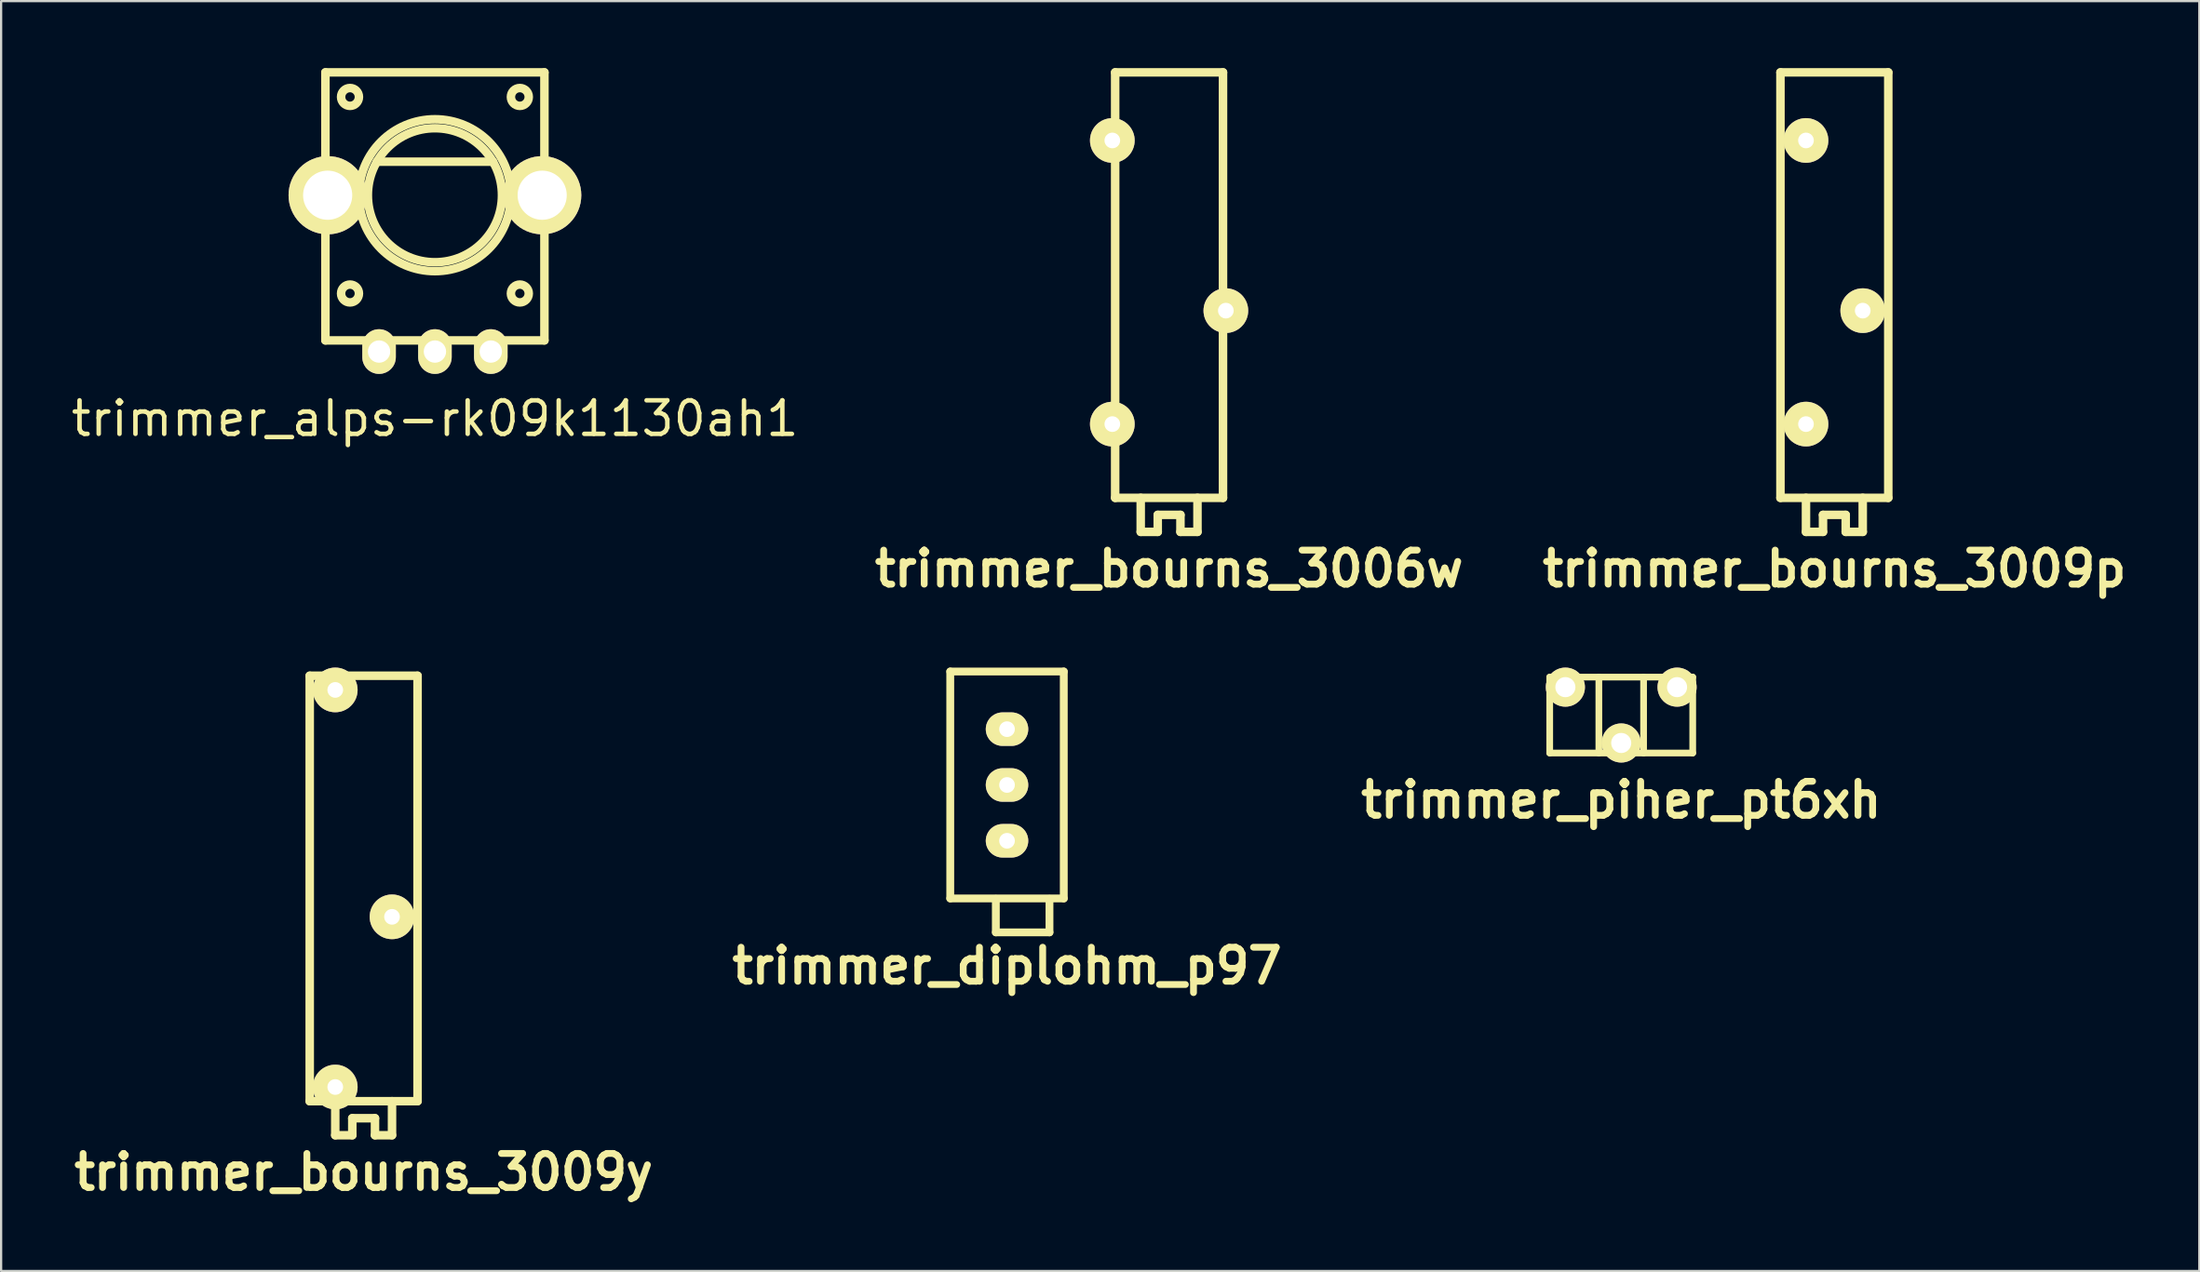
<source format=kicad_pcb>
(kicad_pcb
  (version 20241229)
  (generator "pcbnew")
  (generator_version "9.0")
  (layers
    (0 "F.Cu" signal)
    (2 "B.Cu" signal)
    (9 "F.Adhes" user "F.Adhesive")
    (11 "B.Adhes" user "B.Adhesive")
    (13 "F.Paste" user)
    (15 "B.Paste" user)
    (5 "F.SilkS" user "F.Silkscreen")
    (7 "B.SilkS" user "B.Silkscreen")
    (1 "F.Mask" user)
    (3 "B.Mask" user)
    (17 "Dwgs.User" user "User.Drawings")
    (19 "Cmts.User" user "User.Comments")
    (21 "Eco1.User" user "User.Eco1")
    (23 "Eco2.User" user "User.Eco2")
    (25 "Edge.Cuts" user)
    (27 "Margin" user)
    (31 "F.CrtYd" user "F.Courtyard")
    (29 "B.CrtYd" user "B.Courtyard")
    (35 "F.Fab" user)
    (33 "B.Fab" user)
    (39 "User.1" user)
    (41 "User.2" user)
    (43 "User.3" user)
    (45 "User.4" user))
  (footprint "trimmer_bourns_3009p"
    (layer "F.Cu")
    (at 79.038 9.716)
    (property "Reference" "trimmer_bourns_3009p" (at 0 12.7 0) (layer "F.SilkS") (effects (font (size 1.524 1.524) (thickness 0.305))))
    (attr through_hole)
    (fp_line (start -2.413 9.525) (end -2.413 -9.525) (stroke (width 0.381) (type solid)) (layer "F.SilkS"))
    (fp_line (start -1.27 9.525) (end -1.27 11.049) (stroke (width 0.381) (type solid)) (layer "F.SilkS"))
    (fp_line (start -0.508 10.287) (end 0.508 10.287) (stroke (width 0.381) (type solid)) (layer "F.SilkS"))
    (fp_line (start -0.508 11.049) (end -1.27 11.049) (stroke (width 0.381) (type solid)) (layer "F.SilkS"))
    (fp_line (start -0.508 11.049) (end -0.508 10.287) (stroke (width 0.381) (type solid)) (layer "F.SilkS"))
    (fp_line (start 0.508 10.287) (end 0.508 11.049) (stroke (width 0.381) (type solid)) (layer "F.SilkS"))
    (fp_line (start 0.508 11.049) (end 1.27 11.049) (stroke (width 0.381) (type solid)) (layer "F.SilkS"))
    (fp_line (start 1.27 11.049) (end 1.27 9.525) (stroke (width 0.381) (type solid)) (layer "F.SilkS"))
    (fp_line (start 2.413 -9.525) (end -2.413 -9.525) (stroke (width 0.381) (type solid)) (layer "F.SilkS"))
    (fp_line (start 2.413 -9.525) (end 2.413 9.525) (stroke (width 0.381) (type solid)) (layer "F.SilkS"))
    (fp_line (start 2.413 9.525) (end -2.413 9.525) (stroke (width 0.381) (type solid)) (layer "F.SilkS"))
    (pad "1" thru_hole oval (at -1.27 -6.477) (size 1.999 1.999) (drill 0.701) (layers "*.Cu" "*.Mask" "F.SilkS"))
    (pad "2" thru_hole oval (at 1.27 1.143) (size 1.999 1.999) (drill 0.701) (layers "*.Cu" "*.Mask" "F.SilkS"))
    (pad "3" thru_hole oval (at -1.27 6.223) (size 1.999 1.999) (drill 0.701) (layers "*.Cu" "*.Mask" "F.SilkS")))
  (footprint "trimmer_piher_pt6xh"
    (layer "F.Cu")
    (at 69.5 28.967)
    (property "Reference" "trimmer_piher_pt6xh" (at 0 3.8 0) (layer "F.SilkS") (effects (font (size 1.524 1.524) (thickness 0.305))))
    (attr through_hole)
    (fp_line (start -3.2 -1.699) (end 3.2 -1.699) (stroke (width 0.3) (type solid)) (layer "F.SilkS"))
    (fp_line (start -3.2 1.699) (end -3.2 -1.699) (stroke (width 0.3) (type solid)) (layer "F.SilkS"))
    (fp_line (start -1.001 -1.699) (end -1.001 1.699) (stroke (width 0.3) (type solid)) (layer "F.SilkS"))
    (fp_line (start 1.001 -1.699) (end 1.001 1.699) (stroke (width 0.3) (type solid)) (layer "F.SilkS"))
    (fp_line (start 3.2 -1.699) (end 3.2 1.699) (stroke (width 0.3) (type solid)) (layer "F.SilkS"))
    (fp_line (start 3.2 1.699) (end -3.2 1.699) (stroke (width 0.3) (type solid)) (layer "F.SilkS"))
    (pad "1" thru_hole circle (at 2.499 -1.25) (size 1.75 1.75) (drill 0.899) (layers "*.Cu" "*.Mask" "F.SilkS"))
    (pad "2" thru_hole circle (at 0 1.25) (size 1.75 1.75) (drill 0.899) (layers "*.Cu" "*.Mask" "F.SilkS"))
    (pad "3" thru_hole circle (at -2.499 -1.25) (size 1.75 1.75) (drill 0.899) (layers "*.Cu" "*.Mask" "F.SilkS")))
  (footprint "trimmer_bourns_3009y"
    (layer "F.Cu")
    (at 13.223 36.731)
    (property "Reference" "trimmer_bourns_3009y" (at 0 12.7 0) (layer "F.SilkS") (effects (font (size 1.524 1.524) (thickness 0.305))))
    (attr through_hole)
    (fp_line (start -2.413 9.525) (end -2.413 -9.525) (stroke (width 0.381) (type solid)) (layer "F.SilkS"))
    (fp_line (start -1.27 9.525) (end -1.27 11.049) (stroke (width 0.381) (type solid)) (layer "F.SilkS"))
    (fp_line (start -0.508 10.287) (end 0.508 10.287) (stroke (width 0.381) (type solid)) (layer "F.SilkS"))
    (fp_line (start -0.508 11.049) (end -1.27 11.049) (stroke (width 0.381) (type solid)) (layer "F.SilkS"))
    (fp_line (start -0.508 11.049) (end -0.508 10.287) (stroke (width 0.381) (type solid)) (layer "F.SilkS"))
    (fp_line (start 0.508 10.287) (end 0.508 11.049) (stroke (width 0.381) (type solid)) (layer "F.SilkS"))
    (fp_line (start 0.508 11.049) (end 1.27 11.049) (stroke (width 0.381) (type solid)) (layer "F.SilkS"))
    (fp_line (start 1.27 11.049) (end 1.27 9.525) (stroke (width 0.381) (type solid)) (layer "F.SilkS"))
    (fp_line (start 2.413 -9.525) (end -2.413 -9.525) (stroke (width 0.381) (type solid)) (layer "F.SilkS"))
    (fp_line (start 2.413 -9.525) (end 2.413 9.525) (stroke (width 0.381) (type solid)) (layer "F.SilkS"))
    (fp_line (start 2.413 9.525) (end -2.413 9.525) (stroke (width 0.381) (type solid)) (layer "F.SilkS"))
    (pad "1" thru_hole oval (at -1.27 -8.89) (size 1.999 1.999) (drill 0.701) (layers "*.Cu" "*.Mask" "F.SilkS"))
    (pad "2" thru_hole oval (at 1.27 1.27) (size 1.999 1.999) (drill 0.701) (layers "*.Cu" "*.Mask" "F.SilkS"))
    (pad "3" thru_hole oval (at -1.27 8.89) (size 1.999 1.999) (drill 0.701) (layers "*.Cu" "*.Mask" "F.SilkS")))
  (footprint "trimmer_bourns_3006w"
    (layer "F.Cu")
    (at 49.267 9.716)
    (property "Reference" "trimmer_bourns_3006w" (at 0 12.7 0) (layer "F.SilkS") (effects (font (size 1.524 1.524) (thickness 0.305))))
    (attr through_hole)
    (fp_line (start -2.413 9.525) (end -2.413 -9.525) (stroke (width 0.381) (type solid)) (layer "F.SilkS"))
    (fp_line (start -1.27 9.525) (end -1.27 11.049) (stroke (width 0.381) (type solid)) (layer "F.SilkS"))
    (fp_line (start -0.508 10.287) (end 0.508 10.287) (stroke (width 0.381) (type solid)) (layer "F.SilkS"))
    (fp_line (start -0.508 11.049) (end -1.27 11.049) (stroke (width 0.381) (type solid)) (layer "F.SilkS"))
    (fp_line (start -0.508 11.049) (end -0.508 10.287) (stroke (width 0.381) (type solid)) (layer "F.SilkS"))
    (fp_line (start 0.508 10.287) (end 0.508 11.049) (stroke (width 0.381) (type solid)) (layer "F.SilkS"))
    (fp_line (start 0.508 11.049) (end 1.27 11.049) (stroke (width 0.381) (type solid)) (layer "F.SilkS"))
    (fp_line (start 1.27 11.049) (end 1.27 9.525) (stroke (width 0.381) (type solid)) (layer "F.SilkS"))
    (fp_line (start 2.413 -9.525) (end -2.413 -9.525) (stroke (width 0.381) (type solid)) (layer "F.SilkS"))
    (fp_line (start 2.413 -9.525) (end 2.413 9.525) (stroke (width 0.381) (type solid)) (layer "F.SilkS"))
    (fp_line (start 2.413 9.525) (end -2.413 9.525) (stroke (width 0.381) (type solid)) (layer "F.SilkS"))
    (pad "1" thru_hole oval (at -2.54 -6.477) (size 1.999 1.999) (drill 0.701) (layers "*.Cu" "*.Mask" "F.SilkS"))
    (pad "2" thru_hole oval (at 2.54 1.143) (size 1.999 1.999) (drill 0.701) (layers "*.Cu" "*.Mask" "F.SilkS"))
    (pad "3" thru_hole oval (at -2.54 6.223) (size 1.999 1.999) (drill 0.701) (layers "*.Cu" "*.Mask" "F.SilkS")))
  (footprint "trimmer_alps-rk09k1130ah1"
    (layer "F.Cu")
    (at 16.413 5.691)
    (property "Reference" "trimmer_alps-rk09k1130ah1" (at 0 10 0) (layer "F.SilkS") (effects (font (size 1.501 1.501) (thickness 0.201))))
    (attr through_hole)
    (fp_line (start -4.9 -5.5) (end 4.9 -5.5) (stroke (width 0.381) (type solid)) (layer "F.SilkS"))
    (fp_line (start -4.9 6.5) (end -4.9 -5.5) (stroke (width 0.381) (type solid)) (layer "F.SilkS"))
    (fp_line (start -4.9 6.5) (end 4.9 6.5) (stroke (width 0.381) (type solid)) (layer "F.SilkS"))
    (fp_line (start -2.601 -1.501) (end 2.601 -1.501) (stroke (width 0.381) (type solid)) (layer "F.SilkS"))
    (fp_line (start 4.9 -5.5) (end 4.9 6.5) (stroke (width 0.381) (type solid)) (layer "F.SilkS"))
    (fp_circle (center -3.8 -4.4) (end -4.2 -4.4) (stroke (width 0.381) (type solid)) (fill no) (layer "F.SilkS"))
    (fp_circle (center -3.8 4.4) (end -4.2 4.4) (stroke (width 0.381) (type solid)) (fill no) (layer "F.SilkS"))
    (fp_circle (center 0 0) (end -3.401 0) (stroke (width 0.381) (type solid)) (fill no) (layer "F.SilkS"))
    (fp_circle (center 0 0) (end -3 0) (stroke (width 0.381) (type solid)) (fill no) (layer "F.SilkS"))
    (fp_circle (center 3.8 -4.4) (end 3.4 -4.4) (stroke (width 0.381) (type solid)) (fill no) (layer "F.SilkS"))
    (fp_circle (center 3.8 4.4) (end 4.2 4.4) (stroke (width 0.381) (type solid)) (fill no) (layer "F.SilkS"))
    (pad "" thru_hole circle (at -4.8 0) (size 3.5 3.5) (drill 2.2) (layers "*.Cu" "*.Mask" "F.SilkS"))
    (pad "" thru_hole circle (at 4.8 0) (size 3.5 3.5) (drill 2.2) (layers "*.Cu" "*.Mask" "F.SilkS"))
    (pad "1" thru_hole oval (at -2.5 7) (size 1.5 2) (drill 1) (layers "*.Cu" "*.Mask" "F.SilkS"))
    (pad "2" thru_hole oval (at 0 7) (size 1.5 2) (drill 1) (layers "*.Cu" "*.Mask" "F.SilkS"))
    (pad "3" thru_hole oval (at 2.5 7) (size 1.5 2) (drill 1) (layers "*.Cu" "*.Mask" "F.SilkS")))
  (footprint "trimmer_diplohm_p97"
    (layer "F.Cu")
    (at 42.014 32.097)
    (property "Reference" "trimmer_diplohm_p97" (at 0 8.1 0) (layer "F.SilkS") (effects (font (size 1.524 1.524) (thickness 0.305))))
    (attr through_hole)
    (fp_line (start -2.54 5.08) (end -2.54 -5.08) (stroke (width 0.351) (type solid)) (layer "F.SilkS"))
    (fp_line (start -0.5 5.1) (end -0.5 6.599) (stroke (width 0.351) (type solid)) (layer "F.SilkS"))
    (fp_line (start -0.498 6.599) (end 1.9 6.599) (stroke (width 0.351) (type solid)) (layer "F.SilkS"))
    (fp_line (start 1.9 6.599) (end 1.9 5.1) (stroke (width 0.351) (type solid)) (layer "F.SilkS"))
    (fp_line (start 2.54 -5.08) (end -2.54 -5.08) (stroke (width 0.351) (type solid)) (layer "F.SilkS"))
    (fp_line (start 2.54 -5.08) (end 2.54 5.08) (stroke (width 0.351) (type solid)) (layer "F.SilkS"))
    (fp_line (start 2.54 5.08) (end -2.54 5.08) (stroke (width 0.351) (type solid)) (layer "F.SilkS"))
    (pad "1" thru_hole oval (at 0 -2.499) (size 1.9 1.501) (drill 0.701) (layers "*.Cu" "*.Mask" "F.SilkS"))
    (pad "2" thru_hole oval (at 0 0) (size 1.9 1.501) (drill 0.701) (layers "*.Cu" "*.Mask" "F.SilkS"))
    (pad "3" thru_hole oval (at 0 2.499) (size 1.9 1.501) (drill 0.701) (layers "*.Cu" "*.Mask" "F.SilkS")))
  (gr_rect
    (start -3 -3)
    (end 95.37 53.858)
    (stroke (width 0.1) (type default))
    (fill no)
    (layer "Edge.Cuts")))
</source>
